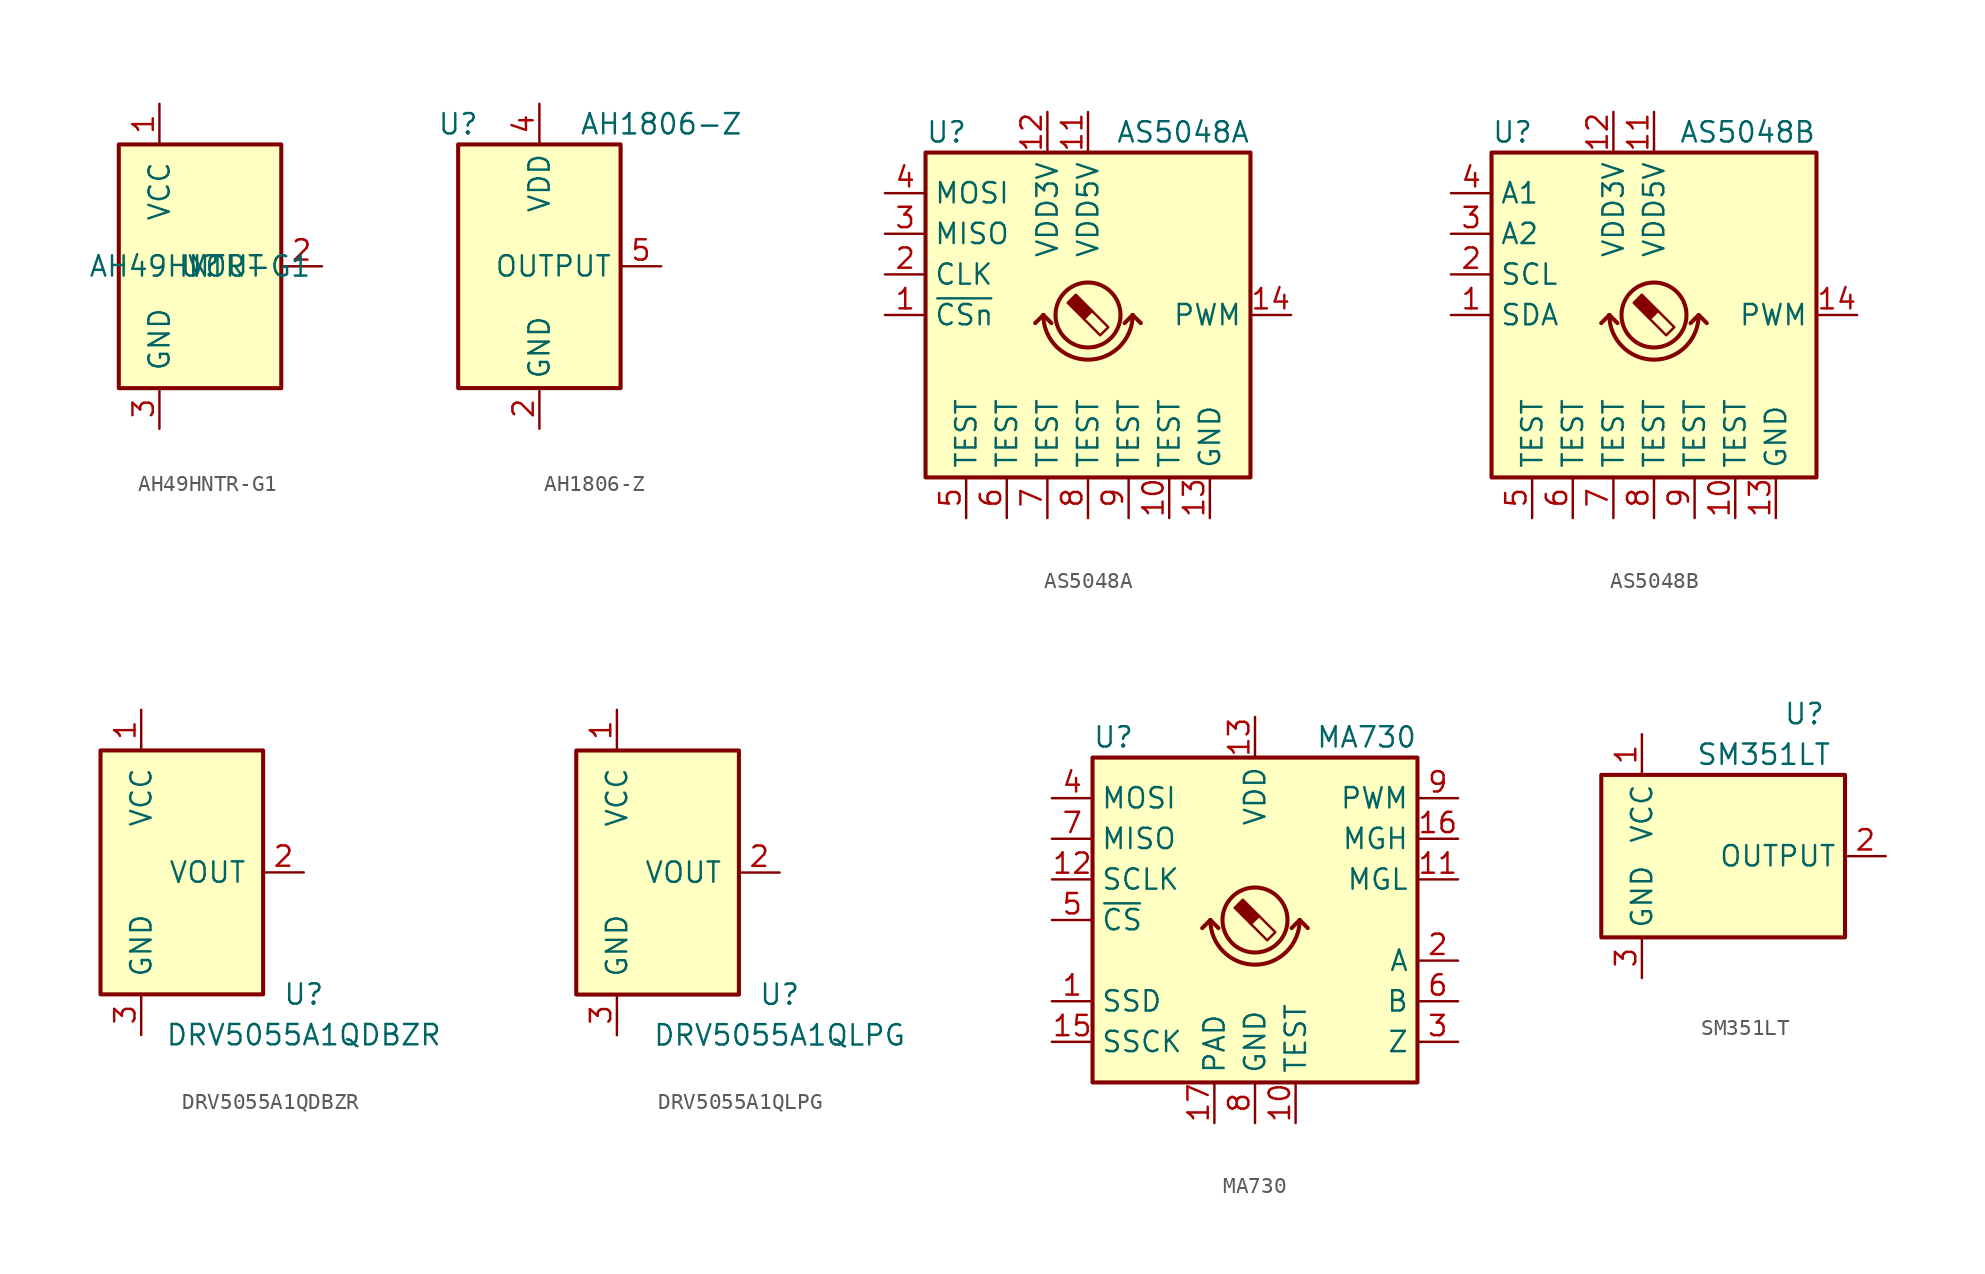
<source format=kicad_sym>
(kicad_symbol_lib
  (version 20201005)
  (generator kicad_symbol_editor)
  (symbol "AH49HNTR-G1"
    (pin_names
      (offset 1.016))
    (property "Reference" "U"
      (at 0 0 0)
      (effects (font (size 1.27 1.27))))
    (property "Value" "AH49HNTR-G1"
      (at 0 0 0)
      (effects (font (size 1.27 1.27))))
    (symbol "AH49HNTR-G1_1_1"
      (rectangle (start -5.08 7.62) (end 5.08 -7.62) (stroke (width 0.254)) (fill (type background)))
      (pin power_in line (at -2.54 10.16 270) (length 2.54) (name "VCC" (effects (font (size 1.27 1.27)))) (number "1" (effects (font (size 1.27 1.27)))))
      (pin open_collector line (at 7.62 0 180) (length 2.54) (name "VOUT" (effects (font (size 1.27 1.27)))) (number "2" (effects (font (size 1.27 1.27)))))
      (pin power_in line (at -2.54 -10.16 90) (length 2.54) (name "GND" (effects (font (size 1.27 1.27)))) (number "3" (effects (font (size 1.27 1.27)))))))
  (symbol "AH1806-Z"
    (property "Reference" "U"
      (at -5.08 8.89 0)
      (effects (font (size 1.27 1.27))))
    (property "Value" "AH1806-Z"
      (at 7.62 8.89 0)
      (effects (font (size 1.27 1.27))))
    (symbol "AH1806-Z_0_1"
      (rectangle (start 5.08 7.62) (end -5.08 -7.62) (stroke (width 0.254)) (fill (type background))))
    (symbol "AH1806-Z_1_1"
      (pin no_connect line (at 5.08 2.54 180) (length 2.54) hide (name "NC" (effects (font (size 1.27 1.27)))) (number "1" (effects (font (size 1.27 1.27)))))
      (pin power_in line (at 0 -10.16 90) (length 2.54) (name "GND" (effects (font (size 1.27 1.27)))) (number "2" (effects (font (size 1.27 1.27)))))
      (pin no_connect line (at 5.08 -2.54 180) (length 2.54) hide (name "NC" (effects (font (size 1.27 1.27)))) (number "3" (effects (font (size 1.27 1.27)))))
      (pin power_in line (at 0 10.16 270) (length 2.54) (name "VDD" (effects (font (size 1.27 1.27)))) (number "4" (effects (font (size 1.27 1.27)))))
      (pin open_collector line (at 7.62 0 180) (length 2.54) (name "OUTPUT" (effects (font (size 1.27 1.27)))) (number "5" (effects (font (size 1.27 1.27)))))))
  (symbol "AS5048A"
    (property "Reference" "U"
      (at -10.16 11.43 0)
      (effects (font (size 1.27 1.27)) (justify left)))
    (property "Value" "AS5048A"
      (at 10.16 11.43 0)
      (effects (font (size 1.27 1.27)) (justify right)))
    (symbol "AS5048A_0_1"
      (arc (start -2.794 0) (end 2.794 0) (radius (at 0 0) (length 2.794) (angles -179.9 -0.1)) (stroke (width 0.254)) (fill (type none)))
      (rectangle (start -10.16 10.16) (end 10.16 -10.16) (stroke (width 0.254)) (fill (type background)))
      (polyline (pts (xy -2.794 0) (xy -3.302 -0.508)) (stroke (width 0.254)) (fill (type none)))
      (polyline (pts (xy -2.794 0) (xy -2.286 -0.508)) (stroke (width 0.254)) (fill (type none)))
      (polyline (pts (xy 2.794 0) (xy 2.286 -0.508)) (stroke (width 0.254)) (fill (type none)))
      (polyline (pts (xy 2.794 0) (xy 3.302 -0.508)) (stroke (width 0.254)) (fill (type none))))
    (symbol "AS5048A_1_1"
      (circle (center 0 0) (radius 2.032) (stroke (width 0.254)) (fill (type none)))
      (polyline (pts (xy 0.254 0.254) (xy 1.27 -0.762) (xy 0.762 -1.27) (xy -0.254 -0.254)) (stroke (width 0)) (fill (type none)))
      (polyline (pts (xy -0.762 1.27) (xy 0.254 0.254) (xy -0.254 -0.254) (xy -1.27 0.762) (xy -1.016 1.016) (xy -0.762 1.27) (xy -0.635 1.143)) (stroke (width 0)) (fill (type outline)))
      (pin input line (at -12.7 0 0) (length 2.54) (name "~CSn" (effects (font (size 1.27 1.27)))) (number "1" (effects (font (size 1.27 1.27)))))
      (pin passive line (at 5.08 -12.7 90) (length 2.54) (name "TEST" (effects (font (size 1.27 1.27)))) (number "10" (effects (font (size 1.27 1.27)))))
      (pin power_in line (at 0 12.7 270) (length 2.54) (name "VDD5V" (effects (font (size 1.27 1.27)))) (number "11" (effects (font (size 1.27 1.27)))))
      (pin power_in line (at -2.54 12.7 270) (length 2.54) (name "VDD3V" (effects (font (size 1.27 1.27)))) (number "12" (effects (font (size 1.27 1.27)))))
      (pin power_in line (at 7.62 -12.7 90) (length 2.54) (name "GND" (effects (font (size 1.27 1.27)))) (number "13" (effects (font (size 1.27 1.27)))))
      (pin output line (at 12.7 0 180) (length 2.54) (name "PWM" (effects (font (size 1.27 1.27)))) (number "14" (effects (font (size 1.27 1.27)))))
      (pin input line (at -12.7 2.54 0) (length 2.54) (name "CLK" (effects (font (size 1.27 1.27)))) (number "2" (effects (font (size 1.27 1.27)))))
      (pin output line (at -12.7 5.08 0) (length 2.54) (name "MISO" (effects (font (size 1.27 1.27)))) (number "3" (effects (font (size 1.27 1.27)))))
      (pin input line (at -12.7 7.62 0) (length 2.54) (name "MOSI" (effects (font (size 1.27 1.27)))) (number "4" (effects (font (size 1.27 1.27)))))
      (pin passive line (at -7.62 -12.7 90) (length 2.54) (name "TEST" (effects (font (size 1.27 1.27)))) (number "5" (effects (font (size 1.27 1.27)))))
      (pin passive line (at -5.08 -12.7 90) (length 2.54) (name "TEST" (effects (font (size 1.27 1.27)))) (number "6" (effects (font (size 1.27 1.27)))))
      (pin passive line (at -2.54 -12.7 90) (length 2.54) (name "TEST" (effects (font (size 1.27 1.27)))) (number "7" (effects (font (size 1.27 1.27)))))
      (pin passive line (at 0 -12.7 90) (length 2.54) (name "TEST" (effects (font (size 1.27 1.27)))) (number "8" (effects (font (size 1.27 1.27)))))
      (pin passive line (at 2.54 -12.7 90) (length 2.54) (name "TEST" (effects (font (size 1.27 1.27)))) (number "9" (effects (font (size 1.27 1.27)))))))
  (symbol "AS5048B"
    (property "Reference" "U"
      (at -10.16 11.43 0)
      (effects (font (size 1.27 1.27)) (justify left)))
    (property "Value" "AS5048B"
      (at 10.16 11.43 0)
      (effects (font (size 1.27 1.27)) (justify right)))
    (symbol "AS5048B_0_1"
      (arc (start -2.794 0) (end 2.794 0) (radius (at 0 0) (length 2.794) (angles -179.9 -0.1)) (stroke (width 0.254)) (fill (type none)))
      (rectangle (start -10.16 10.16) (end 10.16 -10.16) (stroke (width 0.254)) (fill (type background)))
      (polyline (pts (xy -2.794 0) (xy -3.302 -0.508)) (stroke (width 0.254)) (fill (type none)))
      (polyline (pts (xy -2.794 0) (xy -2.286 -0.508)) (stroke (width 0.254)) (fill (type none)))
      (polyline (pts (xy 2.794 0) (xy 2.286 -0.508)) (stroke (width 0.254)) (fill (type none)))
      (polyline (pts (xy 2.794 0) (xy 3.302 -0.508)) (stroke (width 0.254)) (fill (type none))))
    (symbol "AS5048B_1_1"
      (circle (center 0 0) (radius 2.032) (stroke (width 0.254)) (fill (type none)))
      (polyline (pts (xy 0.254 0.254) (xy 1.27 -0.762) (xy 0.762 -1.27) (xy -0.254 -0.254)) (stroke (width 0)) (fill (type none)))
      (polyline (pts (xy -0.762 1.27) (xy 0.254 0.254) (xy -0.254 -0.254) (xy -1.27 0.762) (xy -1.016 1.016) (xy -0.762 1.27) (xy -0.635 1.143)) (stroke (width 0)) (fill (type outline)))
      (pin bidirectional line (at -12.7 0 0) (length 2.54) (name "SDA" (effects (font (size 1.27 1.27)))) (number "1" (effects (font (size 1.27 1.27)))))
      (pin passive line (at 5.08 -12.7 90) (length 2.54) (name "TEST" (effects (font (size 1.27 1.27)))) (number "10" (effects (font (size 1.27 1.27)))))
      (pin power_in line (at 0 12.7 270) (length 2.54) (name "VDD5V" (effects (font (size 1.27 1.27)))) (number "11" (effects (font (size 1.27 1.27)))))
      (pin power_in line (at -2.54 12.7 270) (length 2.54) (name "VDD3V" (effects (font (size 1.27 1.27)))) (number "12" (effects (font (size 1.27 1.27)))))
      (pin power_in line (at 7.62 -12.7 90) (length 2.54) (name "GND" (effects (font (size 1.27 1.27)))) (number "13" (effects (font (size 1.27 1.27)))))
      (pin output line (at 12.7 0 180) (length 2.54) (name "PWM" (effects (font (size 1.27 1.27)))) (number "14" (effects (font (size 1.27 1.27)))))
      (pin input line (at -12.7 2.54 0) (length 2.54) (name "SCL" (effects (font (size 1.27 1.27)))) (number "2" (effects (font (size 1.27 1.27)))))
      (pin input line (at -12.7 5.08 0) (length 2.54) (name "A2" (effects (font (size 1.27 1.27)))) (number "3" (effects (font (size 1.27 1.27)))))
      (pin input line (at -12.7 7.62 0) (length 2.54) (name "A1" (effects (font (size 1.27 1.27)))) (number "4" (effects (font (size 1.27 1.27)))))
      (pin passive line (at -7.62 -12.7 90) (length 2.54) (name "TEST" (effects (font (size 1.27 1.27)))) (number "5" (effects (font (size 1.27 1.27)))))
      (pin passive line (at -5.08 -12.7 90) (length 2.54) (name "TEST" (effects (font (size 1.27 1.27)))) (number "6" (effects (font (size 1.27 1.27)))))
      (pin passive line (at -2.54 -12.7 90) (length 2.54) (name "TEST" (effects (font (size 1.27 1.27)))) (number "7" (effects (font (size 1.27 1.27)))))
      (pin passive line (at 0 -12.7 90) (length 2.54) (name "TEST" (effects (font (size 1.27 1.27)))) (number "8" (effects (font (size 1.27 1.27)))))
      (pin passive line (at 2.54 -12.7 90) (length 2.54) (name "TEST" (effects (font (size 1.27 1.27)))) (number "9" (effects (font (size 1.27 1.27)))))))
  (symbol "DRV5055A1QDBZR"
    (pin_names
      (offset 1.016))
    (property "Reference" "U"
      (at 7.62 -7.62 0)
      (effects (font (size 1.27 1.27))))
    (property "Value" "DRV5055A1QDBZR"
      (at 7.62 -10.16 0)
      (effects (font (size 1.27 1.27))))
    (symbol "DRV5055A1QDBZR_1_1"
      (rectangle (start -5.08 7.62) (end 5.08 -7.62) (stroke (width 0.254)) (fill (type background)))
      (pin power_in line (at -2.54 10.16 270) (length 2.54) (name "VCC" (effects (font (size 1.27 1.27)))) (number "1" (effects (font (size 1.27 1.27)))))
      (pin output line (at 7.62 0 180) (length 2.54) (name "VOUT" (effects (font (size 1.27 1.27)))) (number "2" (effects (font (size 1.27 1.27)))))
      (pin power_in line (at -2.54 -10.16 90) (length 2.54) (name "GND" (effects (font (size 1.27 1.27)))) (number "3" (effects (font (size 1.27 1.27)))))))
  (symbol "DRV5055A1QLPG"
    (pin_names
      (offset 1.016))
    (property "Reference" "U"
      (at 7.62 -7.62 0)
      (effects (font (size 1.27 1.27))))
    (property "Value" "DRV5055A1QLPG"
      (at 7.62 -10.16 0)
      (effects (font (size 1.27 1.27))))
    (symbol "DRV5055A1QLPG_1_1"
      (rectangle (start -5.08 7.62) (end 5.08 -7.62) (stroke (width 0.254)) (fill (type background)))
      (pin power_in line (at -2.54 10.16 270) (length 2.54) (name "VCC" (effects (font (size 1.27 1.27)))) (number "1" (effects (font (size 1.27 1.27)))))
      (pin output line (at 7.62 0 180) (length 2.54) (name "VOUT" (effects (font (size 1.27 1.27)))) (number "2" (effects (font (size 1.27 1.27)))))
      (pin power_in line (at -2.54 -10.16 90) (length 2.54) (name "GND" (effects (font (size 1.27 1.27)))) (number "3" (effects (font (size 1.27 1.27)))))))
  (symbol "MA730"
    (property "Reference" "U"
      (at -10.16 11.43 0)
      (effects (font (size 1.27 1.27)) (justify left)))
    (property "Value" "MA730"
      (at 10.16 11.43 0)
      (effects (font (size 1.27 1.27)) (justify right)))
    (symbol "MA730_0_1"
      (arc (start -2.794 0) (end 2.794 0) (radius (at 0 0) (length 2.794) (angles -179.9 -0.1)) (stroke (width 0.254)) (fill (type none)))
      (rectangle (start -10.16 10.16) (end 10.16 -10.16) (stroke (width 0.254)) (fill (type background)))
      (polyline (pts (xy -2.794 0) (xy -3.302 -0.508)) (stroke (width 0.254)) (fill (type none)))
      (polyline (pts (xy -2.794 0) (xy -2.286 -0.508)) (stroke (width 0.254)) (fill (type none)))
      (polyline (pts (xy 2.794 0) (xy 2.286 -0.508)) (stroke (width 0.254)) (fill (type none)))
      (polyline (pts (xy 2.794 0) (xy 3.302 -0.508)) (stroke (width 0.254)) (fill (type none))))
    (symbol "MA730_1_1"
      (circle (center 0 0) (radius 2.032) (stroke (width 0.254)) (fill (type none)))
      (polyline (pts (xy 0.254 0.254) (xy 1.27 -0.762) (xy 0.762 -1.27) (xy -0.254 -0.254)) (stroke (width 0)) (fill (type none)))
      (polyline (pts (xy -0.762 1.27) (xy 0.254 0.254) (xy -0.254 -0.254) (xy -1.27 0.762) (xy -1.016 1.016) (xy -0.762 1.27) (xy -0.635 1.143)) (stroke (width 0)) (fill (type outline)))
      (pin output line (at -12.7 -5.08 0) (length 2.54) (name "SSD" (effects (font (size 1.27 1.27)))) (number "1" (effects (font (size 1.27 1.27)))))
      (pin passive line (at 2.54 -12.7 90) (length 2.54) (name "TEST" (effects (font (size 1.27 1.27)))) (number "10" (effects (font (size 1.27 1.27)))))
      (pin output line (at 12.7 2.54 180) (length 2.54) (name "MGL" (effects (font (size 1.27 1.27)))) (number "11" (effects (font (size 1.27 1.27)))))
      (pin input line (at -12.7 2.54 0) (length 2.54) (name "SCLK" (effects (font (size 1.27 1.27)))) (number "12" (effects (font (size 1.27 1.27)))))
      (pin power_in line (at 0 12.7 270) (length 2.54) (name "VDD" (effects (font (size 1.27 1.27)))) (number "13" (effects (font (size 1.27 1.27)))))
      (pin no_connect line (at 5.08 -10.16 90) (length 2.54) hide (name "NC" (effects (font (size 1.27 1.27)))) (number "14" (effects (font (size 1.27 1.27)))))
      (pin input line (at -12.7 -7.62 0) (length 2.54) (name "SSCK" (effects (font (size 1.27 1.27)))) (number "15" (effects (font (size 1.27 1.27)))))
      (pin output line (at 12.7 5.08 180) (length 2.54) (name "MGH" (effects (font (size 1.27 1.27)))) (number "16" (effects (font (size 1.27 1.27)))))
      (pin input line (at -2.54 -12.7 90) (length 2.54) (name "PAD" (effects (font (size 1.27 1.27)))) (number "17" (effects (font (size 1.27 1.27)))))
      (pin output line (at 12.7 -2.54 180) (length 2.54) (name "A" (effects (font (size 1.27 1.27)))) (number "2" (effects (font (size 1.27 1.27)))))
      (pin output line (at 12.7 -7.62 180) (length 2.54) (name "Z" (effects (font (size 1.27 1.27)))) (number "3" (effects (font (size 1.27 1.27)))))
      (pin input line (at -12.7 7.62 0) (length 2.54) (name "MOSI" (effects (font (size 1.27 1.27)))) (number "4" (effects (font (size 1.27 1.27)))))
      (pin input line (at -12.7 0 0) (length 2.54) (name "~CS" (effects (font (size 1.27 1.27)))) (number "5" (effects (font (size 1.27 1.27)))))
      (pin output line (at 12.7 -5.08 180) (length 2.54) (name "B" (effects (font (size 1.27 1.27)))) (number "6" (effects (font (size 1.27 1.27)))))
      (pin output line (at -12.7 5.08 0) (length 2.54) (name "MISO" (effects (font (size 1.27 1.27)))) (number "7" (effects (font (size 1.27 1.27)))))
      (pin power_in line (at 0 -12.7 90) (length 2.54) (name "GND" (effects (font (size 1.27 1.27)))) (number "8" (effects (font (size 1.27 1.27)))))
      (pin output line (at 12.7 7.62 180) (length 2.54) (name "PWM" (effects (font (size 1.27 1.27)))) (number "9" (effects (font (size 1.27 1.27)))))))
  (symbol "SM351LT"
    (property "Reference" "U"
      (at 5.08 8.89 0)
      (effects (font (size 1.27 1.27))))
    (property "Value" "SM351LT"
      (at 2.54 6.35 0)
      (effects (font (size 1.27 1.27))))
    (symbol "SM351LT_0_1"
      (rectangle (start 7.62 5.08) (end -7.62 -5.08) (stroke (width 0.254)) (fill (type background))))
    (symbol "SM351LT_1_1"
      (pin power_in line (at -5.08 7.62 270) (length 2.54) (name "VCC" (effects (font (size 1.27 1.27)))) (number "1" (effects (font (size 1.27 1.27)))))
      (pin output line (at 10.16 0 180) (length 2.54) (name "OUTPUT" (effects (font (size 1.27 1.27)))) (number "2" (effects (font (size 1.27 1.27)))))
      (pin power_in line (at -5.08 -7.62 90) (length 2.54) (name "GND" (effects (font (size 1.27 1.27)))) (number "3" (effects (font (size 1.27 1.27))))))))
</source>
